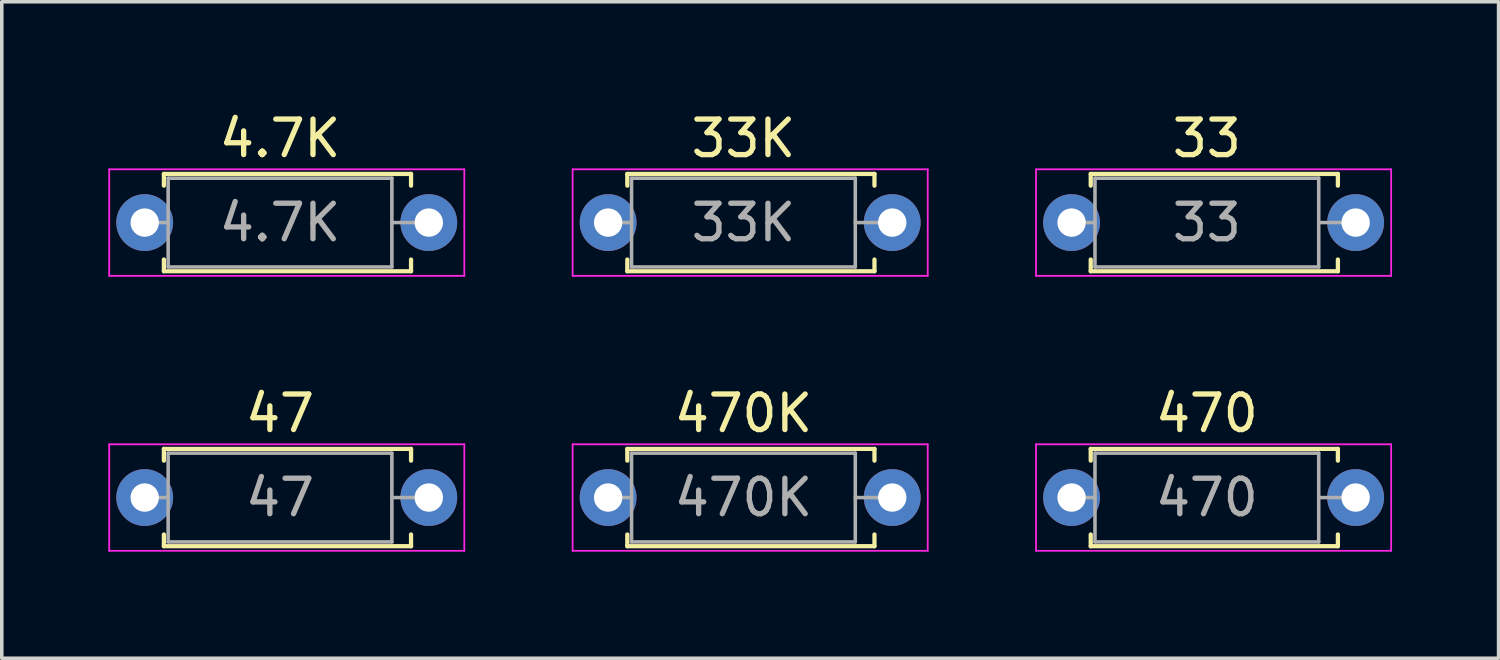
<source format=kicad_pcb>
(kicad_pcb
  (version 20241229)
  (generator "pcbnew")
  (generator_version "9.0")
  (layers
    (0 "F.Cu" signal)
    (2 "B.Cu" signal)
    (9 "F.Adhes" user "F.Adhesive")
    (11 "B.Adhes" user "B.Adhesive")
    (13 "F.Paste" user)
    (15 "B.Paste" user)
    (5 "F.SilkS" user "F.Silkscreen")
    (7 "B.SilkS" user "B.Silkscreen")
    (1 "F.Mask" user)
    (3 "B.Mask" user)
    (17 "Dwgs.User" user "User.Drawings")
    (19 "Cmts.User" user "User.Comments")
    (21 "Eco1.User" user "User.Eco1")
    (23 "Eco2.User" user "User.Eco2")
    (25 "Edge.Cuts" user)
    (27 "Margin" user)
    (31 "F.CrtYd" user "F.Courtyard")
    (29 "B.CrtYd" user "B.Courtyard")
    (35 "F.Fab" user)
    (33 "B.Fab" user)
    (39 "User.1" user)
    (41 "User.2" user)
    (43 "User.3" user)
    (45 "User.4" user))
  (footprint "33"
    (layer "F.Cu")
    (at 27.125 3.218)
    (property "Reference" "33" (at 3.81 -2.37 0) (layer "F.SilkS") (effects (font (size 1 1) (thickness 0.15))))
    (attr through_hole)
    (fp_line (start 0.54 -1.37) (end 7.5 -1.37) (stroke (width 0.12) (type solid)) (layer "F.SilkS"))
    (fp_line (start 0.54 -1.04) (end 0.54 -1.37) (stroke (width 0.12) (type solid)) (layer "F.SilkS"))
    (fp_line (start 0.54 1.04) (end 0.54 1.37) (stroke (width 0.12) (type solid)) (layer "F.SilkS"))
    (fp_line (start 0.54 1.37) (end 7.5 1.37) (stroke (width 0.12) (type solid)) (layer "F.SilkS"))
    (fp_line (start 7.5 -1.37) (end 7.5 -1.04) (stroke (width 0.12) (type solid)) (layer "F.SilkS"))
    (fp_line (start 7.5 1.37) (end 7.5 1.04) (stroke (width 0.12) (type solid)) (layer "F.SilkS"))
    (fp_line (start -1 -1.5) (end -1 1.5) (stroke (width 0.05) (type solid)) (layer "F.CrtYd"))
    (fp_line (start -1 1.5) (end 9 1.5) (stroke (width 0.05) (type solid)) (layer "F.CrtYd"))
    (fp_line (start 9 -1.5) (end -1 -1.5) (stroke (width 0.05) (type solid)) (layer "F.CrtYd"))
    (fp_line (start 9 1.5) (end 9 -1.5) (stroke (width 0.05) (type solid)) (layer "F.CrtYd"))
    (fp_line (start 0 0) (end 0.66 0) (stroke (width 0.1) (type solid)) (layer "F.Fab"))
    (fp_line (start 0.66 -1.25) (end 0.66 1.25) (stroke (width 0.1) (type solid)) (layer "F.Fab"))
    (fp_line (start 0.66 1.25) (end 6.96 1.25) (stroke (width 0.1) (type solid)) (layer "F.Fab"))
    (fp_line (start 6.96 -1.25) (end 0.66 -1.25) (stroke (width 0.1) (type solid)) (layer "F.Fab"))
    (fp_line (start 6.96 1.25) (end 6.96 -1.25) (stroke (width 0.1) (type solid)) (layer "F.Fab"))
    (fp_line (start 7.62 0) (end 6.96 0) (stroke (width 0.1) (type solid)) (layer "F.Fab"))
    (fp_text user "${REFERENCE}" (at 3.81 0 0) (layer "F.Fab") (effects (font (size 1 1) (thickness 0.15))))
    (pad "1" thru_hole circle (at 0 0) (size 1.6 1.6) (drill 0.8) (layers "*.Cu" "*.Mask"))
    (pad "2" thru_hole oval (at 8 0) (size 1.6 1.6) (drill 0.8) (layers "*.Cu" "*.Mask")))
  (footprint "33K"
    (layer "F.Cu")
    (at 14.075 3.218)
    (property "Reference" "33K" (at 3.81 -2.37 0) (layer "F.SilkS") (effects (font (size 1 1) (thickness 0.15))))
    (attr through_hole)
    (fp_line (start 0.54 -1.37) (end 7.5 -1.37) (stroke (width 0.12) (type solid)) (layer "F.SilkS"))
    (fp_line (start 0.54 -1.04) (end 0.54 -1.37) (stroke (width 0.12) (type solid)) (layer "F.SilkS"))
    (fp_line (start 0.54 1.04) (end 0.54 1.37) (stroke (width 0.12) (type solid)) (layer "F.SilkS"))
    (fp_line (start 0.54 1.37) (end 7.5 1.37) (stroke (width 0.12) (type solid)) (layer "F.SilkS"))
    (fp_line (start 7.5 -1.37) (end 7.5 -1.04) (stroke (width 0.12) (type solid)) (layer "F.SilkS"))
    (fp_line (start 7.5 1.37) (end 7.5 1.04) (stroke (width 0.12) (type solid)) (layer "F.SilkS"))
    (fp_line (start -1 -1.5) (end -1 1.5) (stroke (width 0.05) (type solid)) (layer "F.CrtYd"))
    (fp_line (start -1 1.5) (end 9 1.5) (stroke (width 0.05) (type solid)) (layer "F.CrtYd"))
    (fp_line (start 9 -1.5) (end -1 -1.5) (stroke (width 0.05) (type solid)) (layer "F.CrtYd"))
    (fp_line (start 9 1.5) (end 9 -1.5) (stroke (width 0.05) (type solid)) (layer "F.CrtYd"))
    (fp_line (start 0 0) (end 0.66 0) (stroke (width 0.1) (type solid)) (layer "F.Fab"))
    (fp_line (start 0.66 -1.25) (end 0.66 1.25) (stroke (width 0.1) (type solid)) (layer "F.Fab"))
    (fp_line (start 0.66 1.25) (end 6.96 1.25) (stroke (width 0.1) (type solid)) (layer "F.Fab"))
    (fp_line (start 6.96 -1.25) (end 0.66 -1.25) (stroke (width 0.1) (type solid)) (layer "F.Fab"))
    (fp_line (start 6.96 1.25) (end 6.96 -1.25) (stroke (width 0.1) (type solid)) (layer "F.Fab"))
    (fp_line (start 7.62 0) (end 6.96 0) (stroke (width 0.1) (type solid)) (layer "F.Fab"))
    (fp_text user "${REFERENCE}" (at 3.81 0 0) (layer "F.Fab") (effects (font (size 1 1) (thickness 0.15))))
    (pad "1" thru_hole circle (at 0 0) (size 1.6 1.6) (drill 0.8) (layers "*.Cu" "*.Mask"))
    (pad "2" thru_hole oval (at 8 0) (size 1.6 1.6) (drill 0.8) (layers "*.Cu" "*.Mask")))
  (footprint "470"
    (layer "F.Cu")
    (at 27.125 10.961)
    (property "Reference" "470" (at 3.81 -2.37 0) (layer "F.SilkS") (effects (font (size 1 1) (thickness 0.15))))
    (attr through_hole)
    (fp_line (start 0.54 -1.37) (end 7.5 -1.37) (stroke (width 0.12) (type solid)) (layer "F.SilkS"))
    (fp_line (start 0.54 -1.04) (end 0.54 -1.37) (stroke (width 0.12) (type solid)) (layer "F.SilkS"))
    (fp_line (start 0.54 1.04) (end 0.54 1.37) (stroke (width 0.12) (type solid)) (layer "F.SilkS"))
    (fp_line (start 0.54 1.37) (end 7.5 1.37) (stroke (width 0.12) (type solid)) (layer "F.SilkS"))
    (fp_line (start 7.5 -1.37) (end 7.5 -1.04) (stroke (width 0.12) (type solid)) (layer "F.SilkS"))
    (fp_line (start 7.5 1.37) (end 7.5 1.04) (stroke (width 0.12) (type solid)) (layer "F.SilkS"))
    (fp_line (start -1 -1.5) (end -1 1.5) (stroke (width 0.05) (type solid)) (layer "F.CrtYd"))
    (fp_line (start -1 1.5) (end 9 1.5) (stroke (width 0.05) (type solid)) (layer "F.CrtYd"))
    (fp_line (start 9 -1.5) (end -1 -1.5) (stroke (width 0.05) (type solid)) (layer "F.CrtYd"))
    (fp_line (start 9 1.5) (end 9 -1.5) (stroke (width 0.05) (type solid)) (layer "F.CrtYd"))
    (fp_line (start 0 0) (end 0.66 0) (stroke (width 0.1) (type solid)) (layer "F.Fab"))
    (fp_line (start 0.66 -1.25) (end 0.66 1.25) (stroke (width 0.1) (type solid)) (layer "F.Fab"))
    (fp_line (start 0.66 1.25) (end 6.96 1.25) (stroke (width 0.1) (type solid)) (layer "F.Fab"))
    (fp_line (start 6.96 -1.25) (end 0.66 -1.25) (stroke (width 0.1) (type solid)) (layer "F.Fab"))
    (fp_line (start 6.96 1.25) (end 6.96 -1.25) (stroke (width 0.1) (type solid)) (layer "F.Fab"))
    (fp_line (start 7.62 0) (end 6.96 0) (stroke (width 0.1) (type solid)) (layer "F.Fab"))
    (fp_text user "${REFERENCE}" (at 3.81 0 0) (layer "F.Fab") (effects (font (size 1 1) (thickness 0.15))))
    (pad "1" thru_hole circle (at 0 0) (size 1.6 1.6) (drill 0.8) (layers "*.Cu" "*.Mask"))
    (pad "2" thru_hole oval (at 8 0) (size 1.6 1.6) (drill 0.8) (layers "*.Cu" "*.Mask")))
  (footprint "4.7K"
    (layer "F.Cu")
    (at 1.025 3.218)
    (property "Reference" "4.7K" (at 3.81 -2.37 0) (layer "F.SilkS") (effects (font (size 1 1) (thickness 0.15))))
    (attr through_hole)
    (fp_line (start 0.54 -1.37) (end 7.5 -1.37) (stroke (width 0.12) (type solid)) (layer "F.SilkS"))
    (fp_line (start 0.54 -1.04) (end 0.54 -1.37) (stroke (width 0.12) (type solid)) (layer "F.SilkS"))
    (fp_line (start 0.54 1.04) (end 0.54 1.37) (stroke (width 0.12) (type solid)) (layer "F.SilkS"))
    (fp_line (start 0.54 1.37) (end 7.5 1.37) (stroke (width 0.12) (type solid)) (layer "F.SilkS"))
    (fp_line (start 7.5 -1.37) (end 7.5 -1.04) (stroke (width 0.12) (type solid)) (layer "F.SilkS"))
    (fp_line (start 7.5 1.37) (end 7.5 1.04) (stroke (width 0.12) (type solid)) (layer "F.SilkS"))
    (fp_line (start -1 -1.5) (end -1 1.5) (stroke (width 0.05) (type solid)) (layer "F.CrtYd"))
    (fp_line (start -1 1.5) (end 9 1.5) (stroke (width 0.05) (type solid)) (layer "F.CrtYd"))
    (fp_line (start 9 -1.5) (end -1 -1.5) (stroke (width 0.05) (type solid)) (layer "F.CrtYd"))
    (fp_line (start 9 1.5) (end 9 -1.5) (stroke (width 0.05) (type solid)) (layer "F.CrtYd"))
    (fp_line (start 0 0) (end 0.66 0) (stroke (width 0.1) (type solid)) (layer "F.Fab"))
    (fp_line (start 0.66 -1.25) (end 0.66 1.25) (stroke (width 0.1) (type solid)) (layer "F.Fab"))
    (fp_line (start 0.66 1.25) (end 6.96 1.25) (stroke (width 0.1) (type solid)) (layer "F.Fab"))
    (fp_line (start 6.96 -1.25) (end 0.66 -1.25) (stroke (width 0.1) (type solid)) (layer "F.Fab"))
    (fp_line (start 6.96 1.25) (end 6.96 -1.25) (stroke (width 0.1) (type solid)) (layer "F.Fab"))
    (fp_line (start 7.62 0) (end 6.96 0) (stroke (width 0.1) (type solid)) (layer "F.Fab"))
    (fp_text user "${REFERENCE}" (at 3.81 0 0) (layer "F.Fab") (effects (font (size 1 1) (thickness 0.15))))
    (pad "1" thru_hole circle (at 0 0) (size 1.6 1.6) (drill 0.8) (layers "*.Cu" "*.Mask"))
    (pad "2" thru_hole oval (at 8 0) (size 1.6 1.6) (drill 0.8) (layers "*.Cu" "*.Mask")))
  (footprint "47"
    (layer "F.Cu")
    (at 1.025 10.961)
    (property "Reference" "47" (at 3.81 -2.37 0) (layer "F.SilkS") (effects (font (size 1 1) (thickness 0.15))))
    (attr through_hole)
    (fp_line (start 0.54 -1.37) (end 7.5 -1.37) (stroke (width 0.12) (type solid)) (layer "F.SilkS"))
    (fp_line (start 0.54 -1.04) (end 0.54 -1.37) (stroke (width 0.12) (type solid)) (layer "F.SilkS"))
    (fp_line (start 0.54 1.04) (end 0.54 1.37) (stroke (width 0.12) (type solid)) (layer "F.SilkS"))
    (fp_line (start 0.54 1.37) (end 7.5 1.37) (stroke (width 0.12) (type solid)) (layer "F.SilkS"))
    (fp_line (start 7.5 -1.37) (end 7.5 -1.04) (stroke (width 0.12) (type solid)) (layer "F.SilkS"))
    (fp_line (start 7.5 1.37) (end 7.5 1.04) (stroke (width 0.12) (type solid)) (layer "F.SilkS"))
    (fp_line (start -1 -1.5) (end -1 1.5) (stroke (width 0.05) (type solid)) (layer "F.CrtYd"))
    (fp_line (start -1 1.5) (end 9 1.5) (stroke (width 0.05) (type solid)) (layer "F.CrtYd"))
    (fp_line (start 9 -1.5) (end -1 -1.5) (stroke (width 0.05) (type solid)) (layer "F.CrtYd"))
    (fp_line (start 9 1.5) (end 9 -1.5) (stroke (width 0.05) (type solid)) (layer "F.CrtYd"))
    (fp_line (start 0 0) (end 0.66 0) (stroke (width 0.1) (type solid)) (layer "F.Fab"))
    (fp_line (start 0.66 -1.25) (end 0.66 1.25) (stroke (width 0.1) (type solid)) (layer "F.Fab"))
    (fp_line (start 0.66 1.25) (end 6.96 1.25) (stroke (width 0.1) (type solid)) (layer "F.Fab"))
    (fp_line (start 6.96 -1.25) (end 0.66 -1.25) (stroke (width 0.1) (type solid)) (layer "F.Fab"))
    (fp_line (start 6.96 1.25) (end 6.96 -1.25) (stroke (width 0.1) (type solid)) (layer "F.Fab"))
    (fp_line (start 7.62 0) (end 6.96 0) (stroke (width 0.1) (type solid)) (layer "F.Fab"))
    (fp_text user "${REFERENCE}" (at 3.81 0 0) (layer "F.Fab") (effects (font (size 1 1) (thickness 0.15))))
    (pad "1" thru_hole circle (at 0 0) (size 1.6 1.6) (drill 0.8) (layers "*.Cu" "*.Mask"))
    (pad "2" thru_hole oval (at 8 0) (size 1.6 1.6) (drill 0.8) (layers "*.Cu" "*.Mask")))
  (footprint "470K"
    (layer "F.Cu")
    (at 14.075 10.961)
    (property "Reference" "470K" (at 3.81 -2.37 0) (layer "F.SilkS") (effects (font (size 1 1) (thickness 0.15))))
    (attr through_hole)
    (fp_line (start 0.54 -1.37) (end 7.5 -1.37) (stroke (width 0.12) (type solid)) (layer "F.SilkS"))
    (fp_line (start 0.54 -1.04) (end 0.54 -1.37) (stroke (width 0.12) (type solid)) (layer "F.SilkS"))
    (fp_line (start 0.54 1.04) (end 0.54 1.37) (stroke (width 0.12) (type solid)) (layer "F.SilkS"))
    (fp_line (start 0.54 1.37) (end 7.5 1.37) (stroke (width 0.12) (type solid)) (layer "F.SilkS"))
    (fp_line (start 7.5 -1.37) (end 7.5 -1.04) (stroke (width 0.12) (type solid)) (layer "F.SilkS"))
    (fp_line (start 7.5 1.37) (end 7.5 1.04) (stroke (width 0.12) (type solid)) (layer "F.SilkS"))
    (fp_line (start -1 -1.5) (end -1 1.5) (stroke (width 0.05) (type solid)) (layer "F.CrtYd"))
    (fp_line (start -1 1.5) (end 9 1.5) (stroke (width 0.05) (type solid)) (layer "F.CrtYd"))
    (fp_line (start 9 -1.5) (end -1 -1.5) (stroke (width 0.05) (type solid)) (layer "F.CrtYd"))
    (fp_line (start 9 1.5) (end 9 -1.5) (stroke (width 0.05) (type solid)) (layer "F.CrtYd"))
    (fp_line (start 0 0) (end 0.66 0) (stroke (width 0.1) (type solid)) (layer "F.Fab"))
    (fp_line (start 0.66 -1.25) (end 0.66 1.25) (stroke (width 0.1) (type solid)) (layer "F.Fab"))
    (fp_line (start 0.66 1.25) (end 6.96 1.25) (stroke (width 0.1) (type solid)) (layer "F.Fab"))
    (fp_line (start 6.96 -1.25) (end 0.66 -1.25) (stroke (width 0.1) (type solid)) (layer "F.Fab"))
    (fp_line (start 6.96 1.25) (end 6.96 -1.25) (stroke (width 0.1) (type solid)) (layer "F.Fab"))
    (fp_line (start 7.62 0) (end 6.96 0) (stroke (width 0.1) (type solid)) (layer "F.Fab"))
    (fp_text user "${REFERENCE}" (at 3.81 0 0) (layer "F.Fab") (effects (font (size 1 1) (thickness 0.15))))
    (pad "1" thru_hole circle (at 0 0) (size 1.6 1.6) (drill 0.8) (layers "*.Cu" "*.Mask"))
    (pad "2" thru_hole oval (at 8 0) (size 1.6 1.6) (drill 0.8) (layers "*.Cu" "*.Mask")))
  (gr_rect
    (start -3 -3)
    (end 39.15 15.486)
    (stroke (width 0.1) (type default))
    (fill no)
    (layer "Edge.Cuts")))
</source>
